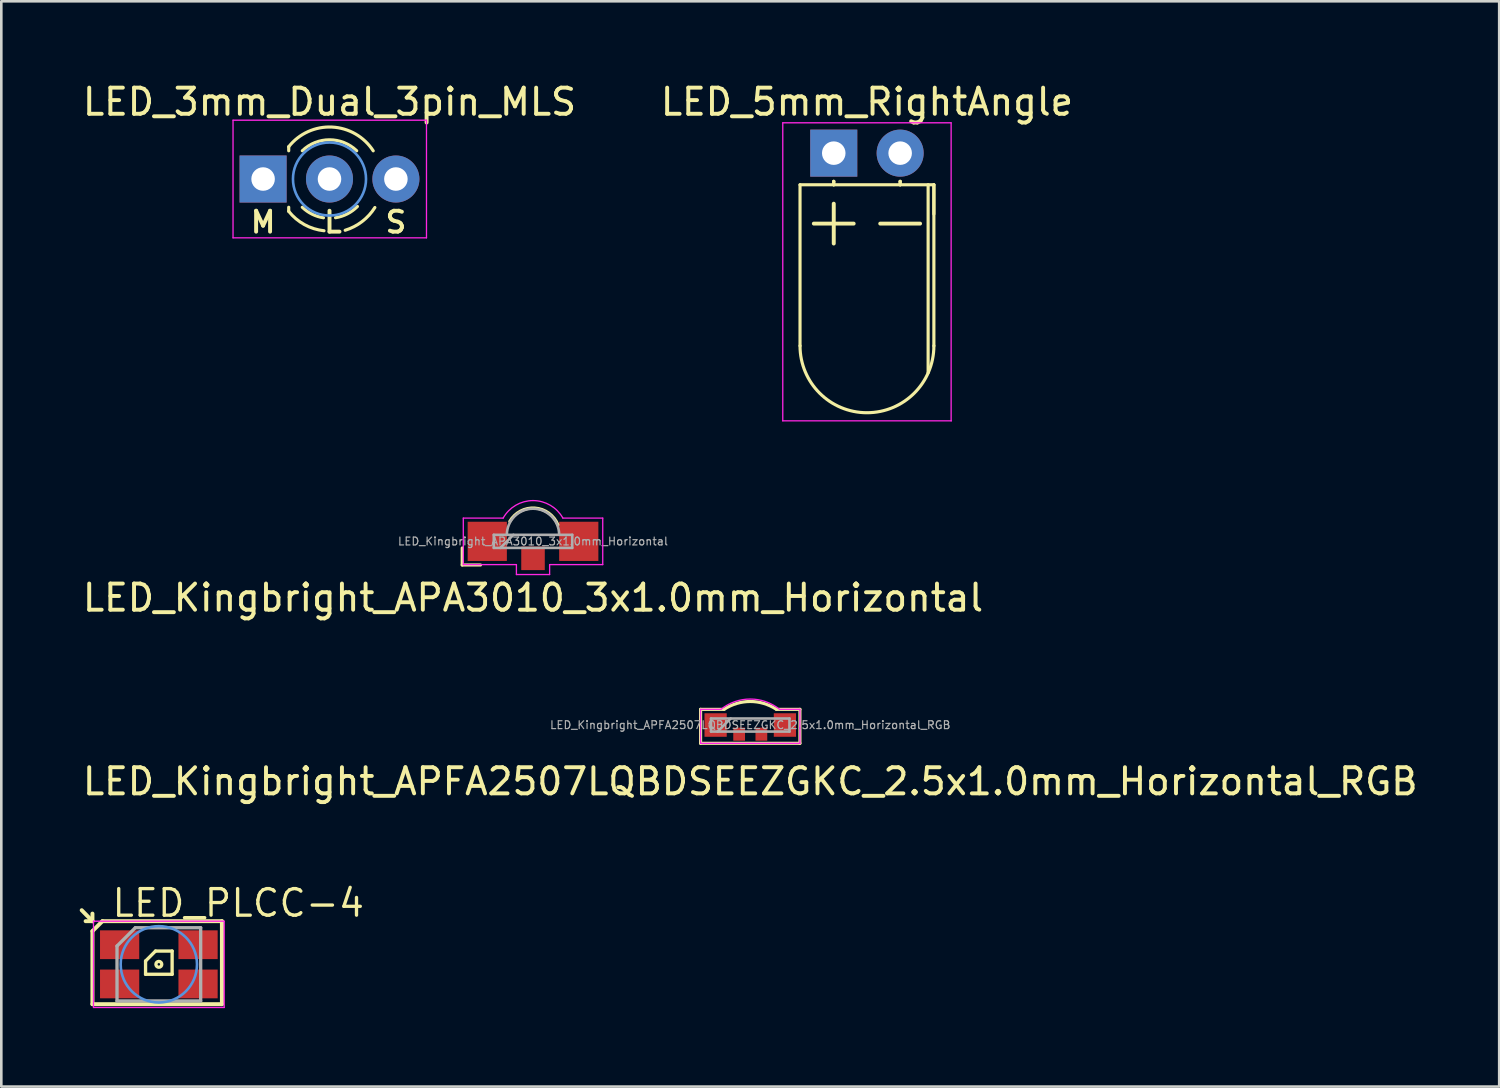
<source format=kicad_pcb>
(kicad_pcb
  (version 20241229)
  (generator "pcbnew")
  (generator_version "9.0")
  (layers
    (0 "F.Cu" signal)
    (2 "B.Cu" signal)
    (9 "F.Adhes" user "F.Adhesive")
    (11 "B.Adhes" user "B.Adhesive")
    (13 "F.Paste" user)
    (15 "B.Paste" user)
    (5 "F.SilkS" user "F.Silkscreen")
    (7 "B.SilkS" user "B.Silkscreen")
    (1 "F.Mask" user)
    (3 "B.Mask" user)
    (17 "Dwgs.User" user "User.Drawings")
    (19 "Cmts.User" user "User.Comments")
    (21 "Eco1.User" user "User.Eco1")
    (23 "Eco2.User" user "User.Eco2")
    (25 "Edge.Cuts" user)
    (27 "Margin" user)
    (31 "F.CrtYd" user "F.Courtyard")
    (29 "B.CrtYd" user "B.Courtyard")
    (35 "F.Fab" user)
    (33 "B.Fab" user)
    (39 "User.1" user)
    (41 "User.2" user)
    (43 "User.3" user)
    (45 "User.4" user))
  (footprint "LED_Kingbright_APA3010_3x1.0mm_Horizontal"
    (layer "F.Cu")
    (at 17.339 17.658)
    (property "Reference" "LED_Kingbright_APA3010_3x1.0mm_Horizontal" (at 0 2.159 0) (layer "F.SilkS") (effects (font (size 1 1) (thickness 0.15))))
    (attr smd)
    (fp_line (start -2.708 0.254) (end -2.708 0.904) (stroke (width 0.12) (type solid)) (layer "F.SilkS"))
    (fp_line (start -2.708 0.904) (end -2.008 0.904) (stroke (width 0.12) (type solid)) (layer "F.SilkS"))
    (fp_arc (start -0.889 -0.762) (mid 0.072791 -1.273312) (end 0.952522 -0.631008) (stroke (width 0.12) (type solid)) (layer "F.SilkS"))
    (fp_line (start -2.667 -0.889) (end -1.143 -0.889) (stroke (width 0.05) (type solid)) (layer "F.CrtYd"))
    (fp_line (start -2.667 0.889) (end -2.667 -0.889) (stroke (width 0.05) (type solid)) (layer "F.CrtYd"))
    (fp_line (start -2.667 0.889) (end -0.635 0.889) (stroke (width 0.05) (type solid)) (layer "F.CrtYd"))
    (fp_line (start -0.635 0.889) (end -0.635 1.27) (stroke (width 0.05) (type solid)) (layer "F.CrtYd"))
    (fp_line (start -0.635 1.27) (end 0.635 1.27) (stroke (width 0.05) (type solid)) (layer "F.CrtYd"))
    (fp_line (start 0.635 0.889) (end 2.667 0.889) (stroke (width 0.05) (type solid)) (layer "F.CrtYd"))
    (fp_line (start 0.635 1.27) (end 0.635 0.889) (stroke (width 0.05) (type solid)) (layer "F.CrtYd"))
    (fp_line (start 2.667 -0.889) (end 1.143 -0.889) (stroke (width 0.05) (type solid)) (layer "F.CrtYd"))
    (fp_line (start 2.667 0.889) (end 2.667 -0.889) (stroke (width 0.05) (type solid)) (layer "F.CrtYd"))
    (fp_arc (start -1.143 -0.889) (mid -0.000969 -1.559492) (end 1.142053 -0.890691) (stroke (width 0.05) (type solid)) (layer "F.CrtYd"))
    (fp_line (start -1.5 -0.25) (end -1.5 0.25) (stroke (width 0.1) (type solid)) (layer "F.Fab"))
    (fp_line (start -1.5 0.25) (end 1.5 0.25) (stroke (width 0.1) (type solid)) (layer "F.Fab"))
    (fp_line (start -0.75 -0.25) (end -1.25 0.25) (stroke (width 0.1) (type solid)) (layer "F.Fab"))
    (fp_line (start 1.5 -0.25) (end -1.5 -0.25) (stroke (width 0.1) (type solid)) (layer "F.Fab"))
    (fp_line (start 1.5 0.25) (end 1.5 -0.25) (stroke (width 0.1) (type solid)) (layer "F.Fab"))
    (fp_arc (start -1 -0.25) (mid 0 -1.25) (end 1 -0.25) (stroke (width 0.1) (type solid)) (layer "F.Fab"))
    (fp_text user "${REFERENCE}" (at 0 0 0) (layer "F.Fab") (effects (font (size 0.3 0.3) (thickness 0.045))))
    (pad "1" smd rect (at -1.75 0) (size 1.5 1.5) (layers "F.Cu" "F.Mask" "F.Paste"))
    (pad "2" smd rect (at 1.75 0) (size 1.5 1.5) (layers "F.Cu" "F.Mask" "F.Paste"))
    (pad "3" smd rect (at 0 0.65) (size 0.9 0.9) (layers "F.Cu" "F.Mask" "F.Paste")))
  (footprint "LED_Kingbright_APFA2507LQBDSEEZGKC_2.5x1.0mm_Horizontal_RGB"
    (layer "F.Cu")
    (at 25.649 24.684)
    (property "Reference" "LED_Kingbright_APFA2507LQBDSEEZGKC_2.5x1.0mm_Horizontal_RGB" (at 0 2.159 0) (layer "F.SilkS") (effects (font (size 1 1) (thickness 0.15))))
    (attr smd)
    (fp_line (start -1.9 -0.6) (end -1.9 0.7) (stroke (width 0.12) (type solid)) (layer "F.SilkS"))
    (fp_line (start -1.9 -0.6) (end -1 -0.6) (stroke (width 0.12) (type solid)) (layer "F.SilkS"))
    (fp_line (start -1.9 0.7) (end 1.9 0.7) (stroke (width 0.12) (type solid)) (layer "F.SilkS"))
    (fp_line (start 1 -0.6) (end 1.9 -0.6) (stroke (width 0.12) (type solid)) (layer "F.SilkS"))
    (fp_line (start 1.9 -0.6) (end 1.9 0.7) (stroke (width 0.12) (type solid)) (layer "F.SilkS"))
    (fp_arc (start -1 -0.6) (mid 0 -0.9) (end 1 -0.6) (stroke (width 0.12) (type solid)) (layer "F.SilkS"))
    (fp_line (start -1.9 -0.6) (end -1.121 -0.6) (stroke (width 0.05) (type solid)) (layer "F.CrtYd"))
    (fp_line (start -1.9 0.7) (end -1.9 -0.6) (stroke (width 0.05) (type solid)) (layer "F.CrtYd"))
    (fp_line (start -1.9 0.7) (end 1.9 0.7) (stroke (width 0.05) (type solid)) (layer "F.CrtYd"))
    (fp_line (start 1.9 -0.6) (end 1.125 -0.6) (stroke (width 0.05) (type solid)) (layer "F.CrtYd"))
    (fp_line (start 1.9 0.7) (end 1.9 -0.6) (stroke (width 0.05) (type solid)) (layer "F.CrtYd"))
    (fp_arc (start -1.1215 -0.6) (mid 0 -0.993812) (end 1.1215 -0.6) (stroke (width 0.05) (type solid)) (layer "F.CrtYd"))
    (fp_line (start -1.5 -0.25) (end -1.5 0.25) (stroke (width 0.1) (type solid)) (layer "F.Fab"))
    (fp_line (start -1.5 0.25) (end 1.5 0.25) (stroke (width 0.1) (type solid)) (layer "F.Fab"))
    (fp_line (start -0.75 -0.25) (end -1.25 0.25) (stroke (width 0.1) (type solid)) (layer "F.Fab"))
    (fp_line (start 1.5 -0.25) (end -1.5 -0.25) (stroke (width 0.1) (type solid)) (layer "F.Fab"))
    (fp_line (start 1.5 0.25) (end 1.5 -0.25) (stroke (width 0.1) (type solid)) (layer "F.Fab"))
    (fp_text user "${REFERENCE}" (at 0 0 0) (layer "F.Fab") (effects (font (size 0.3 0.3) (thickness 0.045))))
    (pad "1" smd rect (at -1.325 0) (size 0.85 0.9) (layers "F.Cu" "F.Mask" "F.Paste"))
    (pad "2" smd rect (at -0.425 0.35) (size 0.45 0.5) (layers "F.Cu" "F.Mask" "F.Paste"))
    (pad "3" smd rect (at 0.425 0.35) (size 0.45 0.5) (layers "F.Cu" "F.Mask" "F.Paste"))
    (pad "4" smd rect (at 1.325 0) (size 0.85 0.9) (layers "F.Cu" "F.Mask" "F.Paste")))
  (footprint "LED_5mm_RightAngle"
    (layer "F.Cu")
    (at 30.113 7.348)
    (property "Reference" "LED_5mm_RightAngle" (at 0 -6.5 0) (layer "F.SilkS") (effects (font (size 1 1) (thickness 0.15))))
    (attr through_hole)
    (fp_line (start -2.56 -3.33) (end -2.56 2.83) (stroke (width 0.12) (type solid)) (layer "F.SilkS"))
    (fp_line (start -2.56 -3.33) (end 2.56 -3.33) (stroke (width 0.12) (type solid)) (layer "F.SilkS"))
    (fp_line (start -1.27 -3.46) (end -1.27 -3.46) (stroke (width 0.12) (type solid)) (layer "F.SilkS"))
    (fp_line (start -1.27 -3.46) (end -1.27 -3.33) (stroke (width 0.12) (type solid)) (layer "F.SilkS"))
    (fp_line (start -1.27 -3.33) (end -1.27 -3.46) (stroke (width 0.12) (type solid)) (layer "F.SilkS"))
    (fp_line (start -1.27 -3.33) (end -1.27 -3.33) (stroke (width 0.12) (type solid)) (layer "F.SilkS"))
    (fp_line (start 1.27 -3.46) (end 1.27 -3.46) (stroke (width 0.12) (type solid)) (layer "F.SilkS"))
    (fp_line (start 1.27 -3.46) (end 1.27 -3.33) (stroke (width 0.12) (type solid)) (layer "F.SilkS"))
    (fp_line (start 1.27 -3.33) (end 1.27 -3.46) (stroke (width 0.12) (type solid)) (layer "F.SilkS"))
    (fp_line (start 1.27 -3.33) (end 1.27 -3.33) (stroke (width 0.12) (type solid)) (layer "F.SilkS"))
    (fp_line (start 2.34 -3.33) (end 2.34 3.86) (stroke (width 0.12) (type solid)) (layer "F.SilkS"))
    (fp_line (start 2.56 -3.33) (end 2.56 2.83) (stroke (width 0.12) (type solid)) (layer "F.SilkS"))
    (fp_line (start 2.56 -2.21) (end 2.56 -3.33) (stroke (width 0.12) (type solid)) (layer "F.SilkS"))
    (fp_arc (start 2.56 2.83) (mid 0 5.39) (end -2.56 2.83) (stroke (width 0.12) (type solid)) (layer "F.SilkS"))
    (fp_line (start -3.22 -5.7) (end -3.22 5.7) (stroke (width 0.05) (type solid)) (layer "F.CrtYd"))
    (fp_line (start -3.22 5.7) (end 3.23 5.7) (stroke (width 0.05) (type solid)) (layer "F.CrtYd"))
    (fp_line (start 3.22 -5.7) (end -3.22 -5.7) (stroke (width 0.05) (type solid)) (layer "F.CrtYd"))
    (fp_line (start 3.22 5.7) (end 3.22 -5.7) (stroke (width 0.05) (type solid)) (layer "F.CrtYd"))
    (fp_text user "+" (at -1.27 -2 0) (layer "F.SilkS") (effects (font (size 2 2) (thickness 0.15))))
    (fp_text user "-" (at 1.27 -2 0) (layer "F.SilkS") (effects (font (size 2 2) (thickness 0.15))))
    (pad "1" thru_hole circle (at 1.27 -4.54) (size 1.8 1.8) (drill 0.9) (layers "*.Cu" "*.Mask"))
    (pad "2" thru_hole rect (at -1.27 -4.54) (size 1.8 1.8) (drill 0.9) (layers "*.Cu" "*.Mask")))
  (footprint "LED_3mm_Dual_3pin_MLS"
    (layer "F.Cu")
    (at 9.554 3.798)
    (property "Reference" "LED_3mm_Dual_3pin_MLS" (at 0 -2.95 0) (layer "F.SilkS") (effects (font (size 1 1) (thickness 0.15))))
    (attr through_hole)
    (fp_line (start -1.56 -1.236) (end -1.56 -1.08) (stroke (width 0.12) (type solid)) (layer "F.SilkS"))
    (fp_line (start -1.56 1.08) (end -1.56 1.236) (stroke (width 0.12) (type solid)) (layer "F.SilkS"))
    (fp_arc (start -1.56 -1.235516) (mid 0.096487 -1.987659) (end 1.672335 -1.078608) (stroke (width 0.12) (type solid)) (layer "F.SilkS"))
    (fp_arc (start -1.040961 -1.08) (mid 0.000117 -1.5) (end 1.04113 -1.079837) (stroke (width 0.12) (type solid)) (layer "F.SilkS"))
    (fp_arc (start -0.230343 1.482208) (mid -0.666705 1.34369) (end -1.040961 1.08) (stroke (width 0.12) (type solid)) (layer "F.SilkS"))
    (fp_arc (start -0.209883 1.978901) (mid -0.959832 1.743222) (end -1.56 1.235516) (stroke (width 0.12) (type solid)) (layer "F.SilkS"))
    (fp_arc (start 1.06875 1.04932) (mid 0.684148 1.332381) (end 0.23 1.48) (stroke (width 0.12) (type solid)) (layer "F.SilkS"))
    (fp_arc (start 1.735939 1.090007) (mid 1.246344 1.627337) (end 0.6 1.96) (stroke (width 0.12) (type solid)) (layer "F.SilkS"))
    (fp_circle (center 0 0) (end 0 1.397) (stroke (width 0.1) (type solid)) (fill no) (layer "Cmts.User"))
    (fp_line (start -3.69 -2.25) (end -3.69 2.25) (stroke (width 0.05) (type solid)) (layer "F.CrtYd"))
    (fp_line (start -3.69 2.25) (end 3.71 2.25) (stroke (width 0.05) (type solid)) (layer "F.CrtYd"))
    (fp_line (start 3.71 -2.25) (end -3.69 -2.25) (stroke (width 0.05) (type solid)) (layer "F.CrtYd"))
    (fp_line (start 3.71 2.25) (end 3.71 -2.25) (stroke (width 0.05) (type solid)) (layer "F.CrtYd"))
    (fp_text user "S" (at 2.54 1.651 0) (layer "F.SilkS") (effects (font (size 0.8 0.8) (thickness 0.15))))
    (fp_text user "M" (at -2.54 1.651 0) (layer "F.SilkS") (effects (font (size 0.8 0.8) (thickness 0.15))))
    (fp_text user "L" (at 0.134 1.651 0) (layer "F.SilkS") (effects (font (size 0.8 0.8) (thickness 0.15))))
    (pad "1" thru_hole rect (at -2.54 0) (size 1.8 1.8) (drill 0.9) (layers "*.Cu" "*.Mask"))
    (pad "2" thru_hole circle (at 0 0) (size 1.8 1.8) (drill 0.9) (layers "*.Cu" "*.Mask"))
    (pad "3" thru_hole circle (at 2.54 0) (size 1.8 1.8) (drill 0.9) (layers "*.Cu" "*.Mask")))
  (footprint "LED_PLCC-4"
    (layer "F.Cu")
    (at 3.026 33.838)
    (property "Reference" "LED_PLCC-4" (at -1.86 -1.75 0) (layer "F.SilkS") (effects (font (size 1.016 1.016) (thickness 0.127)) (justify left bottom)))
    (attr smd)
    (fp_line (start -2.95 -2.07) (end -2.54 -1.651) (stroke (width 0.152) (type solid)) (layer "F.SilkS"))
    (fp_line (start -2.54 -1.651) (end -2.8 -1.651) (stroke (width 0.152) (type solid)) (layer "F.SilkS"))
    (fp_line (start -2.54 -1.651) (end -2.54 -1.94) (stroke (width 0.152) (type solid)) (layer "F.SilkS"))
    (fp_line (start -2.54 -1.27) (end -2.159 -1.651) (stroke (width 0.152) (type solid)) (layer "F.SilkS"))
    (fp_line (start -2.54 1.524) (end -2.54 -1.27) (stroke (width 0.152) (type solid)) (layer "F.SilkS"))
    (fp_line (start -2.159 -1.651) (end 2.413 -1.651) (stroke (width 0.152) (type solid)) (layer "F.SilkS"))
    (fp_line (start -0.508 0.381) (end -0.508 -0.127) (stroke (width 0.127) (type solid)) (layer "F.SilkS"))
    (fp_line (start -0.127 -0.508) (end -0.508 -0.127) (stroke (width 0.127) (type solid)) (layer "F.SilkS"))
    (fp_line (start -0.127 -0.508) (end 0.508 -0.508) (stroke (width 0.127) (type solid)) (layer "F.SilkS"))
    (fp_line (start 0.508 -0.508) (end 0.508 0.381) (stroke (width 0.127) (type solid)) (layer "F.SilkS"))
    (fp_line (start 0.508 0.381) (end -0.508 0.381) (stroke (width 0.127) (type solid)) (layer "F.SilkS"))
    (fp_line (start 2.413 -1.651) (end 2.413 1.524) (stroke (width 0.152) (type solid)) (layer "F.SilkS"))
    (fp_line (start 2.413 1.524) (end -2.54 1.524) (stroke (width 0.152) (type solid)) (layer "F.SilkS"))
    (fp_circle (center 0 0) (end 0.112 0) (stroke (width 0.127) (type solid)) (fill no) (layer "F.SilkS"))
    (fp_circle (center 0 0) (end 1.46 0) (stroke (width 0.1) (type solid)) (fill no) (layer "Cmts.User"))
    (fp_line (start -2.5 -1.65) (end 2.5 -1.65) (stroke (width 0.05) (type solid)) (layer "F.CrtYd"))
    (fp_line (start -2.5 1.65) (end -2.5 -1.65) (stroke (width 0.05) (type solid)) (layer "F.CrtYd"))
    (fp_line (start 2.5 -1.65) (end 2.5 1.65) (stroke (width 0.05) (type solid)) (layer "F.CrtYd"))
    (fp_line (start 2.5 1.65) (end -2.5 1.65) (stroke (width 0.05) (type solid)) (layer "F.CrtYd"))
    (fp_line (start -1.6 -0.7) (end -1.6 1.4) (stroke (width 0.127) (type solid)) (layer "F.Fab"))
    (fp_line (start -1.6 -0.7) (end -0.9 -1.4) (stroke (width 0.127) (type solid)) (layer "F.Fab"))
    (fp_line (start -1.6 1.4) (end 1.6 1.4) (stroke (width 0.127) (type solid)) (layer "F.Fab"))
    (fp_line (start 1.6 -1.4) (end -0.9 -1.4) (stroke (width 0.127) (type solid)) (layer "F.Fab"))
    (fp_line (start 1.6 1.4) (end 1.6 -1.4) (stroke (width 0.127) (type solid)) (layer "F.Fab"))
    (pad "1" smd rect (at -1.5 -0.75 90) (size 1.1 1.5) (layers "F.Cu" "F.Mask" "F.Paste"))
    (pad "2" smd rect (at 1.5 -0.75 90) (size 1.1 1.5) (layers "F.Cu" "F.Mask" "F.Paste"))
    (pad "3" smd rect (at 1.5 0.75 90) (size 1.1 1.5) (layers "F.Cu" "F.Mask" "F.Paste"))
    (pad "4" smd rect (at -1.5 0.75 90) (size 1.1 1.5) (layers "F.Cu" "F.Mask" "F.Paste")))
  (gr_rect
    (start -3 -3)
    (end 54.298 38.513)
    (stroke (width 0.1) (type default))
    (fill no)
    (layer "Edge.Cuts")))
</source>
